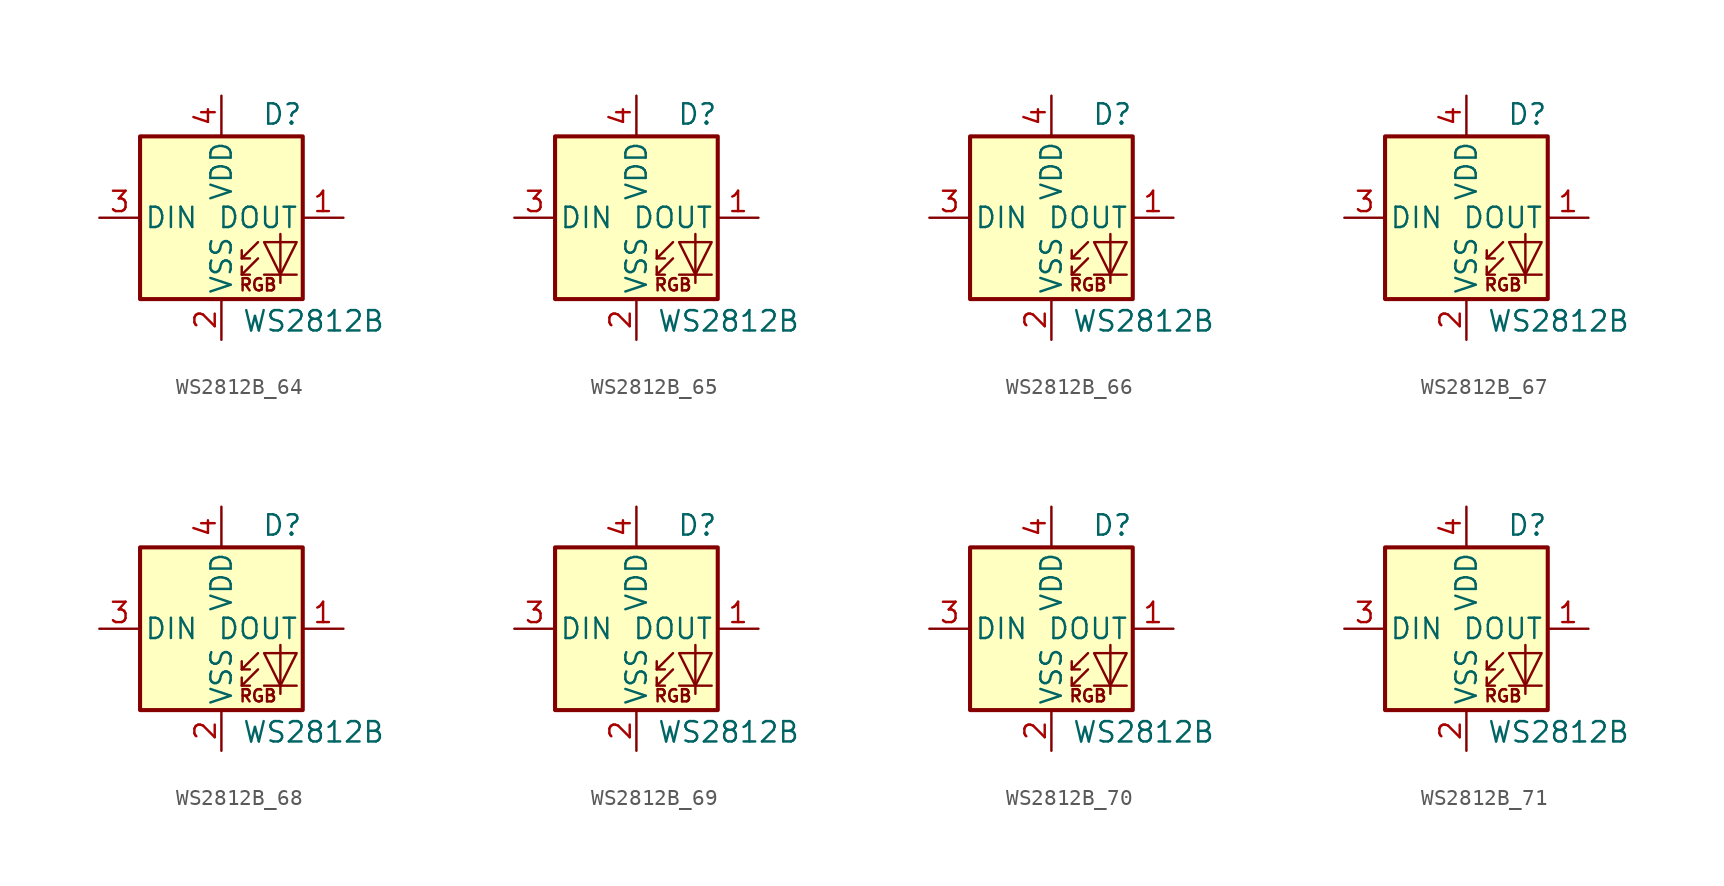
<source format=kicad_sym>
(kicad_symbol_lib
  (version 20220914)
  (generator kicad_symbol_editor)
  (symbol "WS2812B_64"
    (pin_names
      (offset 0.254))
    (property "Reference" "D"
      (at 5.08 5.715 0)
      (effects (font (size 1.27 1.27)) (justify right bottom)))
    (property "Value" "WS2812B"
      (at 1.27 -5.715 0)
      (effects (font (size 1.27 1.27)) (justify left top)))
    (symbol "WS2812B_64_0_0"
      (text "RGB" (at 2.286 -4.191 0) (effects (font (size 0.762 0.762)))))
    (symbol "WS2812B_64_0_1"
      (polyline (pts (xy 1.27 -3.556) (xy 1.778 -3.556)) (stroke (width 0) (type default)) (fill (type none)))
      (polyline (pts (xy 1.27 -2.54) (xy 1.778 -2.54)) (stroke (width 0) (type default)) (fill (type none)))
      (polyline (pts (xy 4.699 -3.556) (xy 2.667 -3.556)) (stroke (width 0) (type default)) (fill (type none)))
      (polyline (pts (xy 2.286 -2.54) (xy 1.27 -3.556) (xy 1.27 -3.048)) (stroke (width 0) (type default)) (fill (type none)))
      (polyline (pts (xy 2.286 -1.524) (xy 1.27 -2.54) (xy 1.27 -2.032)) (stroke (width 0) (type default)) (fill (type none)))
      (polyline (pts (xy 3.683 -1.016) (xy 3.683 -3.556) (xy 3.683 -4.064)) (stroke (width 0) (type default)) (fill (type none)))
      (polyline (pts (xy 4.699 -1.524) (xy 2.667 -1.524) (xy 3.683 -3.556) (xy 4.699 -1.524)) (stroke (width 0) (type default)) (fill (type none)))
      (rectangle (start 5.08 5.08) (end -5.08 -5.08) (stroke (width 0.254) (type default)) (fill (type background))))
    (symbol "WS2812B_64_1_1"
      (pin output line (at 7.62 0 180) (length 2.54) (name "DOUT" (effects (font (size 1.27 1.27)))) (number "1" (effects (font (size 1.27 1.27)))))
      (pin power_in line (at 0 -7.62 90) (length 2.54) (name "VSS" (effects (font (size 1.27 1.27)))) (number "2" (effects (font (size 1.27 1.27)))))
      (pin input line (at -7.62 0 0) (length 2.54) (name "DIN" (effects (font (size 1.27 1.27)))) (number "3" (effects (font (size 1.27 1.27)))))
      (pin power_in line (at 0 7.62 270) (length 2.54) (name "VDD" (effects (font (size 1.27 1.27)))) (number "4" (effects (font (size 1.27 1.27)))))))
  (symbol "WS2812B_65"
    (pin_names
      (offset 0.254))
    (property "Reference" "D"
      (at 5.08 5.715 0)
      (effects (font (size 1.27 1.27)) (justify right bottom)))
    (property "Value" "WS2812B"
      (at 1.27 -5.715 0)
      (effects (font (size 1.27 1.27)) (justify left top)))
    (symbol "WS2812B_65_0_0"
      (text "RGB" (at 2.286 -4.191 0) (effects (font (size 0.762 0.762)))))
    (symbol "WS2812B_65_0_1"
      (polyline (pts (xy 1.27 -3.556) (xy 1.778 -3.556)) (stroke (width 0) (type default)) (fill (type none)))
      (polyline (pts (xy 1.27 -2.54) (xy 1.778 -2.54)) (stroke (width 0) (type default)) (fill (type none)))
      (polyline (pts (xy 4.699 -3.556) (xy 2.667 -3.556)) (stroke (width 0) (type default)) (fill (type none)))
      (polyline (pts (xy 2.286 -2.54) (xy 1.27 -3.556) (xy 1.27 -3.048)) (stroke (width 0) (type default)) (fill (type none)))
      (polyline (pts (xy 2.286 -1.524) (xy 1.27 -2.54) (xy 1.27 -2.032)) (stroke (width 0) (type default)) (fill (type none)))
      (polyline (pts (xy 3.683 -1.016) (xy 3.683 -3.556) (xy 3.683 -4.064)) (stroke (width 0) (type default)) (fill (type none)))
      (polyline (pts (xy 4.699 -1.524) (xy 2.667 -1.524) (xy 3.683 -3.556) (xy 4.699 -1.524)) (stroke (width 0) (type default)) (fill (type none)))
      (rectangle (start 5.08 5.08) (end -5.08 -5.08) (stroke (width 0.254) (type default)) (fill (type background))))
    (symbol "WS2812B_65_1_1"
      (pin output line (at 7.62 0 180) (length 2.54) (name "DOUT" (effects (font (size 1.27 1.27)))) (number "1" (effects (font (size 1.27 1.27)))))
      (pin power_in line (at 0 -7.62 90) (length 2.54) (name "VSS" (effects (font (size 1.27 1.27)))) (number "2" (effects (font (size 1.27 1.27)))))
      (pin input line (at -7.62 0 0) (length 2.54) (name "DIN" (effects (font (size 1.27 1.27)))) (number "3" (effects (font (size 1.27 1.27)))))
      (pin power_in line (at 0 7.62 270) (length 2.54) (name "VDD" (effects (font (size 1.27 1.27)))) (number "4" (effects (font (size 1.27 1.27)))))))
  (symbol "WS2812B_66"
    (pin_names
      (offset 0.254))
    (property "Reference" "D"
      (at 5.08 5.715 0)
      (effects (font (size 1.27 1.27)) (justify right bottom)))
    (property "Value" "WS2812B"
      (at 1.27 -5.715 0)
      (effects (font (size 1.27 1.27)) (justify left top)))
    (symbol "WS2812B_66_0_0"
      (text "RGB" (at 2.286 -4.191 0) (effects (font (size 0.762 0.762)))))
    (symbol "WS2812B_66_0_1"
      (polyline (pts (xy 1.27 -3.556) (xy 1.778 -3.556)) (stroke (width 0) (type default)) (fill (type none)))
      (polyline (pts (xy 1.27 -2.54) (xy 1.778 -2.54)) (stroke (width 0) (type default)) (fill (type none)))
      (polyline (pts (xy 4.699 -3.556) (xy 2.667 -3.556)) (stroke (width 0) (type default)) (fill (type none)))
      (polyline (pts (xy 2.286 -2.54) (xy 1.27 -3.556) (xy 1.27 -3.048)) (stroke (width 0) (type default)) (fill (type none)))
      (polyline (pts (xy 2.286 -1.524) (xy 1.27 -2.54) (xy 1.27 -2.032)) (stroke (width 0) (type default)) (fill (type none)))
      (polyline (pts (xy 3.683 -1.016) (xy 3.683 -3.556) (xy 3.683 -4.064)) (stroke (width 0) (type default)) (fill (type none)))
      (polyline (pts (xy 4.699 -1.524) (xy 2.667 -1.524) (xy 3.683 -3.556) (xy 4.699 -1.524)) (stroke (width 0) (type default)) (fill (type none)))
      (rectangle (start 5.08 5.08) (end -5.08 -5.08) (stroke (width 0.254) (type default)) (fill (type background))))
    (symbol "WS2812B_66_1_1"
      (pin output line (at 7.62 0 180) (length 2.54) (name "DOUT" (effects (font (size 1.27 1.27)))) (number "1" (effects (font (size 1.27 1.27)))))
      (pin power_in line (at 0 -7.62 90) (length 2.54) (name "VSS" (effects (font (size 1.27 1.27)))) (number "2" (effects (font (size 1.27 1.27)))))
      (pin input line (at -7.62 0 0) (length 2.54) (name "DIN" (effects (font (size 1.27 1.27)))) (number "3" (effects (font (size 1.27 1.27)))))
      (pin power_in line (at 0 7.62 270) (length 2.54) (name "VDD" (effects (font (size 1.27 1.27)))) (number "4" (effects (font (size 1.27 1.27)))))))
  (symbol "WS2812B_67"
    (pin_names
      (offset 0.254))
    (property "Reference" "D"
      (at 5.08 5.715 0)
      (effects (font (size 1.27 1.27)) (justify right bottom)))
    (property "Value" "WS2812B"
      (at 1.27 -5.715 0)
      (effects (font (size 1.27 1.27)) (justify left top)))
    (symbol "WS2812B_67_0_0"
      (text "RGB" (at 2.286 -4.191 0) (effects (font (size 0.762 0.762)))))
    (symbol "WS2812B_67_0_1"
      (polyline (pts (xy 1.27 -3.556) (xy 1.778 -3.556)) (stroke (width 0) (type default)) (fill (type none)))
      (polyline (pts (xy 1.27 -2.54) (xy 1.778 -2.54)) (stroke (width 0) (type default)) (fill (type none)))
      (polyline (pts (xy 4.699 -3.556) (xy 2.667 -3.556)) (stroke (width 0) (type default)) (fill (type none)))
      (polyline (pts (xy 2.286 -2.54) (xy 1.27 -3.556) (xy 1.27 -3.048)) (stroke (width 0) (type default)) (fill (type none)))
      (polyline (pts (xy 2.286 -1.524) (xy 1.27 -2.54) (xy 1.27 -2.032)) (stroke (width 0) (type default)) (fill (type none)))
      (polyline (pts (xy 3.683 -1.016) (xy 3.683 -3.556) (xy 3.683 -4.064)) (stroke (width 0) (type default)) (fill (type none)))
      (polyline (pts (xy 4.699 -1.524) (xy 2.667 -1.524) (xy 3.683 -3.556) (xy 4.699 -1.524)) (stroke (width 0) (type default)) (fill (type none)))
      (rectangle (start 5.08 5.08) (end -5.08 -5.08) (stroke (width 0.254) (type default)) (fill (type background))))
    (symbol "WS2812B_67_1_1"
      (pin output line (at 7.62 0 180) (length 2.54) (name "DOUT" (effects (font (size 1.27 1.27)))) (number "1" (effects (font (size 1.27 1.27)))))
      (pin power_in line (at 0 -7.62 90) (length 2.54) (name "VSS" (effects (font (size 1.27 1.27)))) (number "2" (effects (font (size 1.27 1.27)))))
      (pin input line (at -7.62 0 0) (length 2.54) (name "DIN" (effects (font (size 1.27 1.27)))) (number "3" (effects (font (size 1.27 1.27)))))
      (pin power_in line (at 0 7.62 270) (length 2.54) (name "VDD" (effects (font (size 1.27 1.27)))) (number "4" (effects (font (size 1.27 1.27)))))))
  (symbol "WS2812B_68"
    (pin_names
      (offset 0.254))
    (property "Reference" "D"
      (at 5.08 5.715 0)
      (effects (font (size 1.27 1.27)) (justify right bottom)))
    (property "Value" "WS2812B"
      (at 1.27 -5.715 0)
      (effects (font (size 1.27 1.27)) (justify left top)))
    (symbol "WS2812B_68_0_0"
      (text "RGB" (at 2.286 -4.191 0) (effects (font (size 0.762 0.762)))))
    (symbol "WS2812B_68_0_1"
      (polyline (pts (xy 1.27 -3.556) (xy 1.778 -3.556)) (stroke (width 0) (type default)) (fill (type none)))
      (polyline (pts (xy 1.27 -2.54) (xy 1.778 -2.54)) (stroke (width 0) (type default)) (fill (type none)))
      (polyline (pts (xy 4.699 -3.556) (xy 2.667 -3.556)) (stroke (width 0) (type default)) (fill (type none)))
      (polyline (pts (xy 2.286 -2.54) (xy 1.27 -3.556) (xy 1.27 -3.048)) (stroke (width 0) (type default)) (fill (type none)))
      (polyline (pts (xy 2.286 -1.524) (xy 1.27 -2.54) (xy 1.27 -2.032)) (stroke (width 0) (type default)) (fill (type none)))
      (polyline (pts (xy 3.683 -1.016) (xy 3.683 -3.556) (xy 3.683 -4.064)) (stroke (width 0) (type default)) (fill (type none)))
      (polyline (pts (xy 4.699 -1.524) (xy 2.667 -1.524) (xy 3.683 -3.556) (xy 4.699 -1.524)) (stroke (width 0) (type default)) (fill (type none)))
      (rectangle (start 5.08 5.08) (end -5.08 -5.08) (stroke (width 0.254) (type default)) (fill (type background))))
    (symbol "WS2812B_68_1_1"
      (pin output line (at 7.62 0 180) (length 2.54) (name "DOUT" (effects (font (size 1.27 1.27)))) (number "1" (effects (font (size 1.27 1.27)))))
      (pin power_in line (at 0 -7.62 90) (length 2.54) (name "VSS" (effects (font (size 1.27 1.27)))) (number "2" (effects (font (size 1.27 1.27)))))
      (pin input line (at -7.62 0 0) (length 2.54) (name "DIN" (effects (font (size 1.27 1.27)))) (number "3" (effects (font (size 1.27 1.27)))))
      (pin power_in line (at 0 7.62 270) (length 2.54) (name "VDD" (effects (font (size 1.27 1.27)))) (number "4" (effects (font (size 1.27 1.27)))))))
  (symbol "WS2812B_69"
    (pin_names
      (offset 0.254))
    (property "Reference" "D"
      (at 5.08 5.715 0)
      (effects (font (size 1.27 1.27)) (justify right bottom)))
    (property "Value" "WS2812B"
      (at 1.27 -5.715 0)
      (effects (font (size 1.27 1.27)) (justify left top)))
    (symbol "WS2812B_69_0_0"
      (text "RGB" (at 2.286 -4.191 0) (effects (font (size 0.762 0.762)))))
    (symbol "WS2812B_69_0_1"
      (polyline (pts (xy 1.27 -3.556) (xy 1.778 -3.556)) (stroke (width 0) (type default)) (fill (type none)))
      (polyline (pts (xy 1.27 -2.54) (xy 1.778 -2.54)) (stroke (width 0) (type default)) (fill (type none)))
      (polyline (pts (xy 4.699 -3.556) (xy 2.667 -3.556)) (stroke (width 0) (type default)) (fill (type none)))
      (polyline (pts (xy 2.286 -2.54) (xy 1.27 -3.556) (xy 1.27 -3.048)) (stroke (width 0) (type default)) (fill (type none)))
      (polyline (pts (xy 2.286 -1.524) (xy 1.27 -2.54) (xy 1.27 -2.032)) (stroke (width 0) (type default)) (fill (type none)))
      (polyline (pts (xy 3.683 -1.016) (xy 3.683 -3.556) (xy 3.683 -4.064)) (stroke (width 0) (type default)) (fill (type none)))
      (polyline (pts (xy 4.699 -1.524) (xy 2.667 -1.524) (xy 3.683 -3.556) (xy 4.699 -1.524)) (stroke (width 0) (type default)) (fill (type none)))
      (rectangle (start 5.08 5.08) (end -5.08 -5.08) (stroke (width 0.254) (type default)) (fill (type background))))
    (symbol "WS2812B_69_1_1"
      (pin output line (at 7.62 0 180) (length 2.54) (name "DOUT" (effects (font (size 1.27 1.27)))) (number "1" (effects (font (size 1.27 1.27)))))
      (pin power_in line (at 0 -7.62 90) (length 2.54) (name "VSS" (effects (font (size 1.27 1.27)))) (number "2" (effects (font (size 1.27 1.27)))))
      (pin input line (at -7.62 0 0) (length 2.54) (name "DIN" (effects (font (size 1.27 1.27)))) (number "3" (effects (font (size 1.27 1.27)))))
      (pin power_in line (at 0 7.62 270) (length 2.54) (name "VDD" (effects (font (size 1.27 1.27)))) (number "4" (effects (font (size 1.27 1.27)))))))
  (symbol "WS2812B_70"
    (pin_names
      (offset 0.254))
    (property "Reference" "D"
      (at 5.08 5.715 0)
      (effects (font (size 1.27 1.27)) (justify right bottom)))
    (property "Value" "WS2812B"
      (at 1.27 -5.715 0)
      (effects (font (size 1.27 1.27)) (justify left top)))
    (symbol "WS2812B_70_0_0"
      (text "RGB" (at 2.286 -4.191 0) (effects (font (size 0.762 0.762)))))
    (symbol "WS2812B_70_0_1"
      (polyline (pts (xy 1.27 -3.556) (xy 1.778 -3.556)) (stroke (width 0) (type default)) (fill (type none)))
      (polyline (pts (xy 1.27 -2.54) (xy 1.778 -2.54)) (stroke (width 0) (type default)) (fill (type none)))
      (polyline (pts (xy 4.699 -3.556) (xy 2.667 -3.556)) (stroke (width 0) (type default)) (fill (type none)))
      (polyline (pts (xy 2.286 -2.54) (xy 1.27 -3.556) (xy 1.27 -3.048)) (stroke (width 0) (type default)) (fill (type none)))
      (polyline (pts (xy 2.286 -1.524) (xy 1.27 -2.54) (xy 1.27 -2.032)) (stroke (width 0) (type default)) (fill (type none)))
      (polyline (pts (xy 3.683 -1.016) (xy 3.683 -3.556) (xy 3.683 -4.064)) (stroke (width 0) (type default)) (fill (type none)))
      (polyline (pts (xy 4.699 -1.524) (xy 2.667 -1.524) (xy 3.683 -3.556) (xy 4.699 -1.524)) (stroke (width 0) (type default)) (fill (type none)))
      (rectangle (start 5.08 5.08) (end -5.08 -5.08) (stroke (width 0.254) (type default)) (fill (type background))))
    (symbol "WS2812B_70_1_1"
      (pin output line (at 7.62 0 180) (length 2.54) (name "DOUT" (effects (font (size 1.27 1.27)))) (number "1" (effects (font (size 1.27 1.27)))))
      (pin power_in line (at 0 -7.62 90) (length 2.54) (name "VSS" (effects (font (size 1.27 1.27)))) (number "2" (effects (font (size 1.27 1.27)))))
      (pin input line (at -7.62 0 0) (length 2.54) (name "DIN" (effects (font (size 1.27 1.27)))) (number "3" (effects (font (size 1.27 1.27)))))
      (pin power_in line (at 0 7.62 270) (length 2.54) (name "VDD" (effects (font (size 1.27 1.27)))) (number "4" (effects (font (size 1.27 1.27)))))))
  (symbol "WS2812B_71"
    (pin_names
      (offset 0.254))
    (property "Reference" "D"
      (at 5.08 5.715 0)
      (effects (font (size 1.27 1.27)) (justify right bottom)))
    (property "Value" "WS2812B"
      (at 1.27 -5.715 0)
      (effects (font (size 1.27 1.27)) (justify left top)))
    (symbol "WS2812B_71_0_0"
      (text "RGB" (at 2.286 -4.191 0) (effects (font (size 0.762 0.762)))))
    (symbol "WS2812B_71_0_1"
      (polyline (pts (xy 1.27 -3.556) (xy 1.778 -3.556)) (stroke (width 0) (type default)) (fill (type none)))
      (polyline (pts (xy 1.27 -2.54) (xy 1.778 -2.54)) (stroke (width 0) (type default)) (fill (type none)))
      (polyline (pts (xy 4.699 -3.556) (xy 2.667 -3.556)) (stroke (width 0) (type default)) (fill (type none)))
      (polyline (pts (xy 2.286 -2.54) (xy 1.27 -3.556) (xy 1.27 -3.048)) (stroke (width 0) (type default)) (fill (type none)))
      (polyline (pts (xy 2.286 -1.524) (xy 1.27 -2.54) (xy 1.27 -2.032)) (stroke (width 0) (type default)) (fill (type none)))
      (polyline (pts (xy 3.683 -1.016) (xy 3.683 -3.556) (xy 3.683 -4.064)) (stroke (width 0) (type default)) (fill (type none)))
      (polyline (pts (xy 4.699 -1.524) (xy 2.667 -1.524) (xy 3.683 -3.556) (xy 4.699 -1.524)) (stroke (width 0) (type default)) (fill (type none)))
      (rectangle (start 5.08 5.08) (end -5.08 -5.08) (stroke (width 0.254) (type default)) (fill (type background))))
    (symbol "WS2812B_71_1_1"
      (pin output line (at 7.62 0 180) (length 2.54) (name "DOUT" (effects (font (size 1.27 1.27)))) (number "1" (effects (font (size 1.27 1.27)))))
      (pin power_in line (at 0 -7.62 90) (length 2.54) (name "VSS" (effects (font (size 1.27 1.27)))) (number "2" (effects (font (size 1.27 1.27)))))
      (pin input line (at -7.62 0 0) (length 2.54) (name "DIN" (effects (font (size 1.27 1.27)))) (number "3" (effects (font (size 1.27 1.27)))))
      (pin power_in line (at 0 7.62 270) (length 2.54) (name "VDD" (effects (font (size 1.27 1.27)))) (number "4" (effects (font (size 1.27 1.27))))))))
</source>
